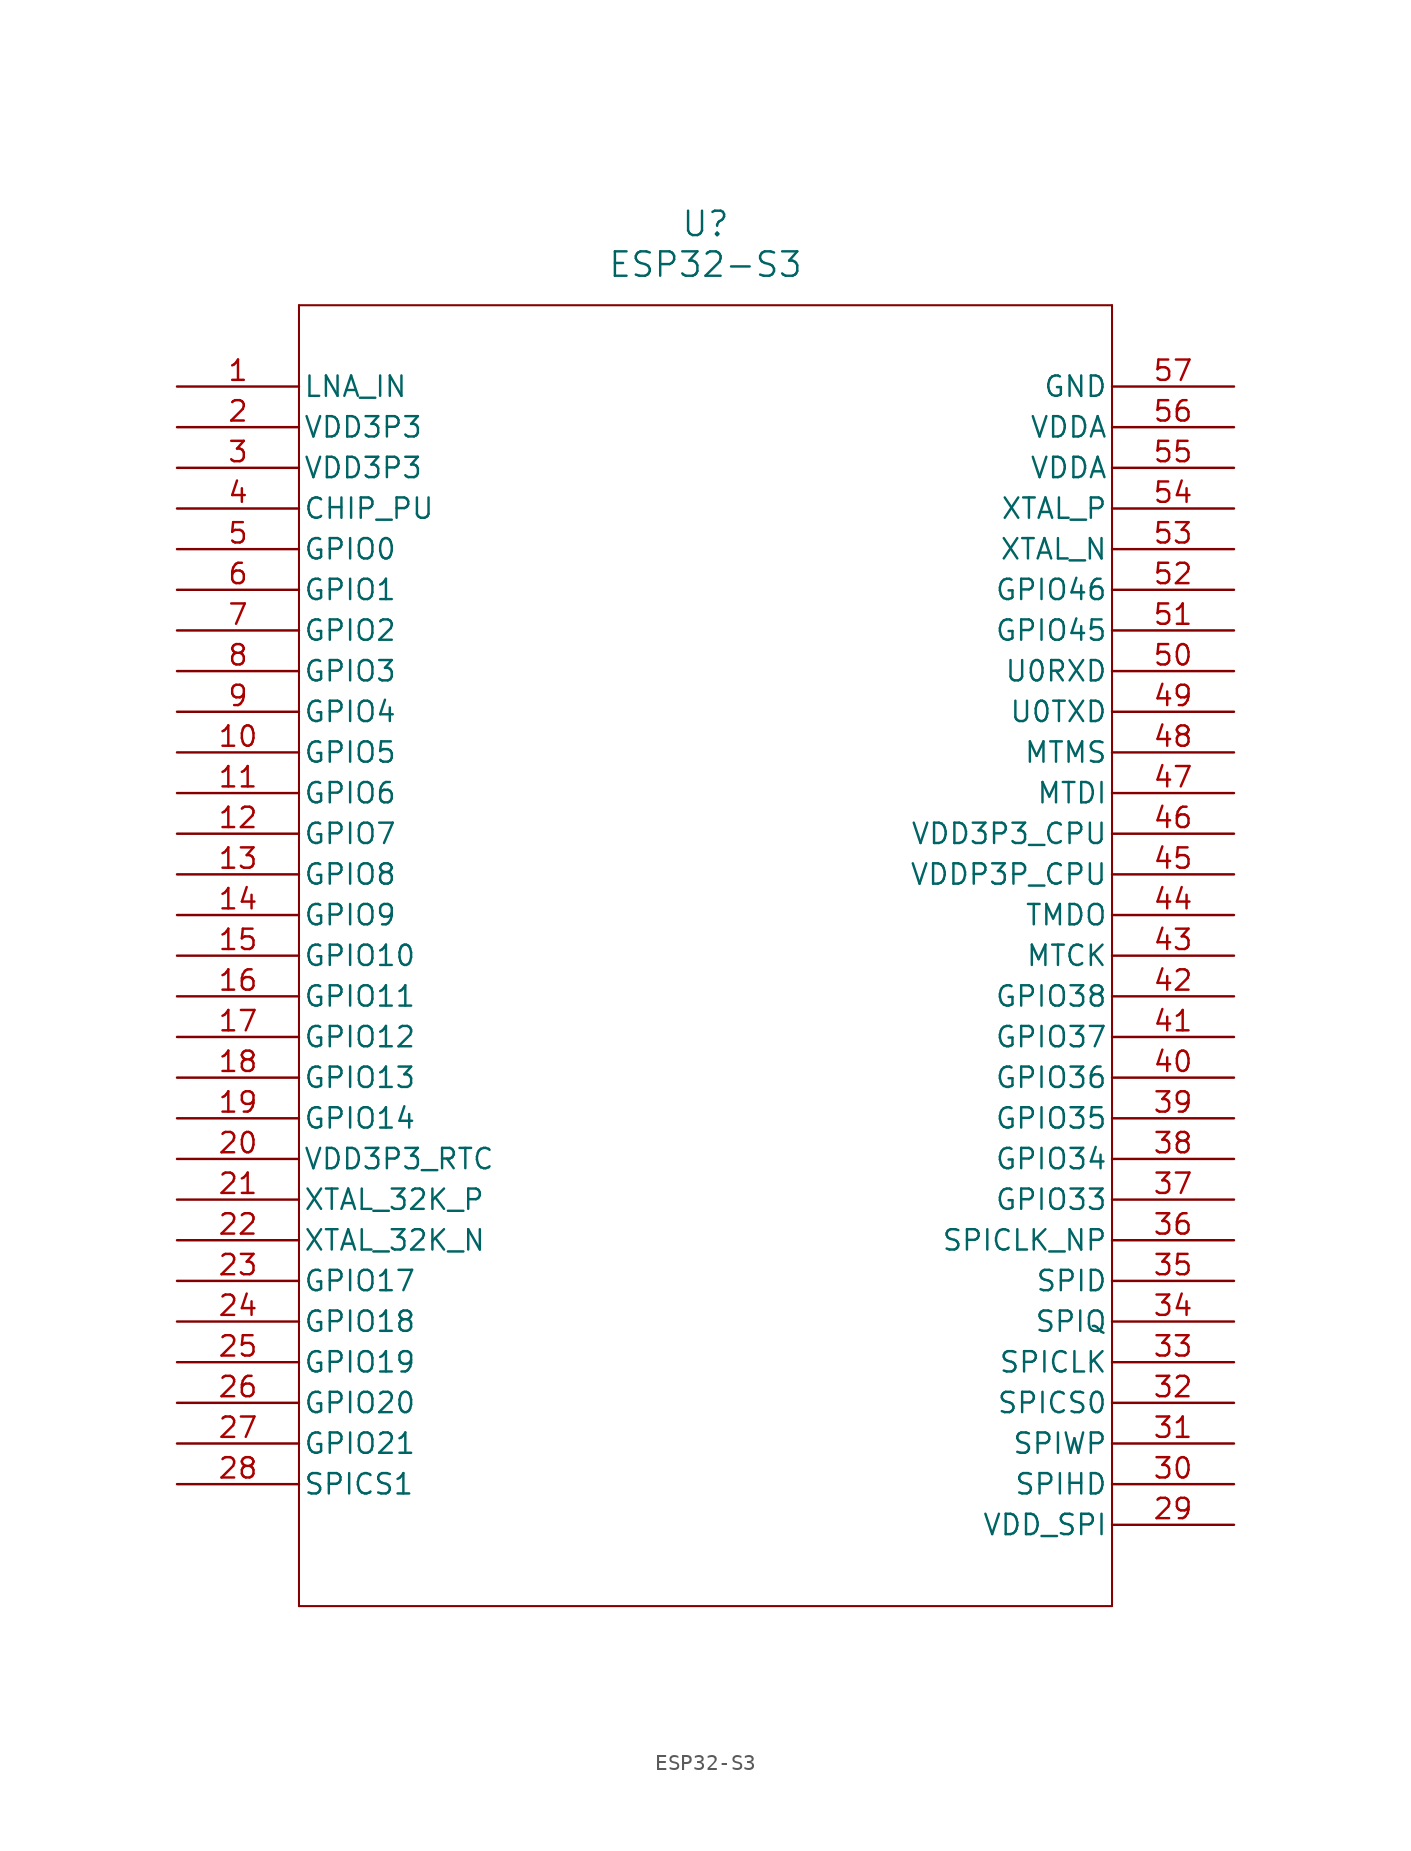
<source format=kicad_sym>
(kicad_symbol_lib
  (version 20211014)
  (generator kicad_symbol_editor)
  (symbol "ESP32-S3"
    (pin_names
      (offset 0.254))
    (property "Reference" "U"
      (at 33.02 10.16 0)
      (effects (font (size 1.524 1.524))))
    (property "Value" "ESP32-S3"
      (at 33.02 7.62 0)
      (effects (font (size 1.524 1.524))))
    (symbol "ESP32-S3_0_1"
      (polyline (pts (xy 7.62 5.08) (xy 7.62 -76.2)) (stroke (width 0.127) (type default) (color 0 0 0 0)) (fill (type none)))
      (polyline (pts (xy 7.62 -76.2) (xy 58.42 -76.2)) (stroke (width 0.127) (type default) (color 0 0 0 0)) (fill (type none)))
      (polyline (pts (xy 58.42 -76.2) (xy 58.42 5.08)) (stroke (width 0.127) (type default) (color 0 0 0 0)) (fill (type none)))
      (polyline (pts (xy 58.42 5.08) (xy 7.62 5.08)) (stroke (width 0.127) (type default) (color 0 0 0 0)) (fill (type none)))
      (pin bidirectional line (at 0 0 0) (length 7.62) (name "LNA_IN" (effects (font (size 1.27 1.27)))) (number "1" (effects (font (size 1.27 1.27)))))
      (pin power_in line (at 0 -2.54 0) (length 7.62) (name "VDD3P3" (effects (font (size 1.27 1.27)))) (number "2" (effects (font (size 1.27 1.27)))))
      (pin power_in line (at 0 -5.08 0) (length 7.62) (name "VDD3P3" (effects (font (size 1.27 1.27)))) (number "3" (effects (font (size 1.27 1.27)))))
      (pin input line (at 0 -7.62 0) (length 7.62) (name "CHIP_PU" (effects (font (size 1.27 1.27)))) (number "4" (effects (font (size 1.27 1.27)))))
      (pin bidirectional line (at 0 -10.16 0) (length 7.62) (name "GPIO0" (effects (font (size 1.27 1.27)))) (number "5" (effects (font (size 1.27 1.27)))))
      (pin bidirectional line (at 0 -12.7 0) (length 7.62) (name "GPIO1" (effects (font (size 1.27 1.27)))) (number "6" (effects (font (size 1.27 1.27)))))
      (pin bidirectional line (at 0 -15.24 0) (length 7.62) (name "GPIO2" (effects (font (size 1.27 1.27)))) (number "7" (effects (font (size 1.27 1.27)))))
      (pin bidirectional line (at 0 -17.78 0) (length 7.62) (name "GPIO3" (effects (font (size 1.27 1.27)))) (number "8" (effects (font (size 1.27 1.27)))))
      (pin bidirectional line (at 0 -20.32 0) (length 7.62) (name "GPIO4" (effects (font (size 1.27 1.27)))) (number "9" (effects (font (size 1.27 1.27)))))
      (pin bidirectional line (at 0 -22.86 0) (length 7.62) (name "GPIO5" (effects (font (size 1.27 1.27)))) (number "10" (effects (font (size 1.27 1.27)))))
      (pin bidirectional line (at 0 -25.4 0) (length 7.62) (name "GPIO6" (effects (font (size 1.27 1.27)))) (number "11" (effects (font (size 1.27 1.27)))))
      (pin bidirectional line (at 0 -27.94 0) (length 7.62) (name "GPIO7" (effects (font (size 1.27 1.27)))) (number "12" (effects (font (size 1.27 1.27)))))
      (pin bidirectional line (at 0 -30.48 0) (length 7.62) (name "GPIO8" (effects (font (size 1.27 1.27)))) (number "13" (effects (font (size 1.27 1.27)))))
      (pin bidirectional line (at 0 -33.02 0) (length 7.62) (name "GPIO9" (effects (font (size 1.27 1.27)))) (number "14" (effects (font (size 1.27 1.27)))))
      (pin bidirectional line (at 0 -35.56 0) (length 7.62) (name "GPIO10" (effects (font (size 1.27 1.27)))) (number "15" (effects (font (size 1.27 1.27)))))
      (pin bidirectional line (at 0 -38.1 0) (length 7.62) (name "GPIO11" (effects (font (size 1.27 1.27)))) (number "16" (effects (font (size 1.27 1.27)))))
      (pin bidirectional line (at 0 -40.64 0) (length 7.62) (name "GPIO12" (effects (font (size 1.27 1.27)))) (number "17" (effects (font (size 1.27 1.27)))))
      (pin bidirectional line (at 0 -43.18 0) (length 7.62) (name "GPIO13" (effects (font (size 1.27 1.27)))) (number "18" (effects (font (size 1.27 1.27)))))
      (pin bidirectional line (at 0 -45.72 0) (length 7.62) (name "GPIO14" (effects (font (size 1.27 1.27)))) (number "19" (effects (font (size 1.27 1.27)))))
      (pin power_in line (at 0 -48.26 0) (length 7.62) (name "VDD3P3_RTC" (effects (font (size 1.27 1.27)))) (number "20" (effects (font (size 1.27 1.27)))))
      (pin bidirectional line (at 0 -50.8 0) (length 7.62) (name "XTAL_32K_P" (effects (font (size 1.27 1.27)))) (number "21" (effects (font (size 1.27 1.27)))))
      (pin bidirectional line (at 0 -53.34 0) (length 7.62) (name "XTAL_32K_N" (effects (font (size 1.27 1.27)))) (number "22" (effects (font (size 1.27 1.27)))))
      (pin bidirectional line (at 0 -55.88 0) (length 7.62) (name "GPIO17" (effects (font (size 1.27 1.27)))) (number "23" (effects (font (size 1.27 1.27)))))
      (pin bidirectional line (at 0 -58.42 0) (length 7.62) (name "GPIO18" (effects (font (size 1.27 1.27)))) (number "24" (effects (font (size 1.27 1.27)))))
      (pin bidirectional line (at 0 -60.96 0) (length 7.62) (name "GPIO19" (effects (font (size 1.27 1.27)))) (number "25" (effects (font (size 1.27 1.27)))))
      (pin bidirectional line (at 0 -63.5 0) (length 7.62) (name "GPIO20" (effects (font (size 1.27 1.27)))) (number "26" (effects (font (size 1.27 1.27)))))
      (pin bidirectional line (at 0 -66.04 0) (length 7.62) (name "GPIO21" (effects (font (size 1.27 1.27)))) (number "27" (effects (font (size 1.27 1.27)))))
      (pin bidirectional line (at 0 -68.58 0) (length 7.62) (name "SPICS1" (effects (font (size 1.27 1.27)))) (number "28" (effects (font (size 1.27 1.27)))))
      (pin power_in line (at 66.04 -71.12 180) (length 7.62) (name "VDD_SPI" (effects (font (size 1.27 1.27)))) (number "29" (effects (font (size 1.27 1.27)))))
      (pin bidirectional line (at 66.04 -68.58 180) (length 7.62) (name "SPIHD" (effects (font (size 1.27 1.27)))) (number "30" (effects (font (size 1.27 1.27)))))
      (pin bidirectional line (at 66.04 -66.04 180) (length 7.62) (name "SPIWP" (effects (font (size 1.27 1.27)))) (number "31" (effects (font (size 1.27 1.27)))))
      (pin bidirectional line (at 66.04 -63.5 180) (length 7.62) (name "SPICS0" (effects (font (size 1.27 1.27)))) (number "32" (effects (font (size 1.27 1.27)))))
      (pin bidirectional line (at 66.04 -60.96 180) (length 7.62) (name "SPICLK" (effects (font (size 1.27 1.27)))) (number "33" (effects (font (size 1.27 1.27)))))
      (pin bidirectional line (at 66.04 -58.42 180) (length 7.62) (name "SPIQ" (effects (font (size 1.27 1.27)))) (number "34" (effects (font (size 1.27 1.27)))))
      (pin bidirectional line (at 66.04 -55.88 180) (length 7.62) (name "SPID" (effects (font (size 1.27 1.27)))) (number "35" (effects (font (size 1.27 1.27)))))
      (pin bidirectional line (at 66.04 -53.34 180) (length 7.62) (name "SPICLK_NP" (effects (font (size 1.27 1.27)))) (number "36" (effects (font (size 1.27 1.27)))))
      (pin bidirectional line (at 66.04 -50.8 180) (length 7.62) (name "GPIO33" (effects (font (size 1.27 1.27)))) (number "37" (effects (font (size 1.27 1.27)))))
      (pin bidirectional line (at 66.04 -48.26 180) (length 7.62) (name "GPIO34" (effects (font (size 1.27 1.27)))) (number "38" (effects (font (size 1.27 1.27)))))
      (pin bidirectional line (at 66.04 -45.72 180) (length 7.62) (name "GPIO35" (effects (font (size 1.27 1.27)))) (number "39" (effects (font (size 1.27 1.27)))))
      (pin bidirectional line (at 66.04 -43.18 180) (length 7.62) (name "GPIO36" (effects (font (size 1.27 1.27)))) (number "40" (effects (font (size 1.27 1.27)))))
      (pin bidirectional line (at 66.04 -40.64 180) (length 7.62) (name "GPIO37" (effects (font (size 1.27 1.27)))) (number "41" (effects (font (size 1.27 1.27)))))
      (pin bidirectional line (at 66.04 -38.1 180) (length 7.62) (name "GPIO38" (effects (font (size 1.27 1.27)))) (number "42" (effects (font (size 1.27 1.27)))))
      (pin bidirectional line (at 66.04 -35.56 180) (length 7.62) (name "MTCK" (effects (font (size 1.27 1.27)))) (number "43" (effects (font (size 1.27 1.27)))))
      (pin bidirectional line (at 66.04 -33.02 180) (length 7.62) (name "TMDO" (effects (font (size 1.27 1.27)))) (number "44" (effects (font (size 1.27 1.27)))))
      (pin power_in line (at 66.04 -30.48 180) (length 7.62) (name "VDDP3P_CPU" (effects (font (size 1.27 1.27)))) (number "45" (effects (font (size 1.27 1.27)))))
      (pin power_in line (at 66.04 -27.94 180) (length 7.62) (name "VDD3P3_CPU" (effects (font (size 1.27 1.27)))) (number "46" (effects (font (size 1.27 1.27)))))
      (pin bidirectional line (at 66.04 -25.4 180) (length 7.62) (name "MTDI" (effects (font (size 1.27 1.27)))) (number "47" (effects (font (size 1.27 1.27)))))
      (pin bidirectional line (at 66.04 -22.86 180) (length 7.62) (name "MTMS" (effects (font (size 1.27 1.27)))) (number "48" (effects (font (size 1.27 1.27)))))
      (pin bidirectional line (at 66.04 -20.32 180) (length 7.62) (name "U0TXD" (effects (font (size 1.27 1.27)))) (number "49" (effects (font (size 1.27 1.27)))))
      (pin bidirectional line (at 66.04 -17.78 180) (length 7.62) (name "U0RXD" (effects (font (size 1.27 1.27)))) (number "50" (effects (font (size 1.27 1.27)))))
      (pin bidirectional line (at 66.04 -15.24 180) (length 7.62) (name "GPIO45" (effects (font (size 1.27 1.27)))) (number "51" (effects (font (size 1.27 1.27)))))
      (pin bidirectional line (at 66.04 -12.7 180) (length 7.62) (name "GPIO46" (effects (font (size 1.27 1.27)))) (number "52" (effects (font (size 1.27 1.27)))))
      (pin output line (at 66.04 -10.16 180) (length 7.62) (name "XTAL_N" (effects (font (size 1.27 1.27)))) (number "53" (effects (font (size 1.27 1.27)))))
      (pin input line (at 66.04 -7.62 180) (length 7.62) (name "XTAL_P" (effects (font (size 1.27 1.27)))) (number "54" (effects (font (size 1.27 1.27)))))
      (pin power_in line (at 66.04 -5.08 180) (length 7.62) (name "VDDA" (effects (font (size 1.27 1.27)))) (number "55" (effects (font (size 1.27 1.27)))))
      (pin power_in line (at 66.04 -2.54 180) (length 7.62) (name "VDDA" (effects (font (size 1.27 1.27)))) (number "56" (effects (font (size 1.27 1.27)))))
      (pin power_out line (at 66.04 0 180) (length 7.62) (name "GND" (effects (font (size 1.27 1.27)))) (number "57" (effects (font (size 1.27 1.27))))))))
</source>
